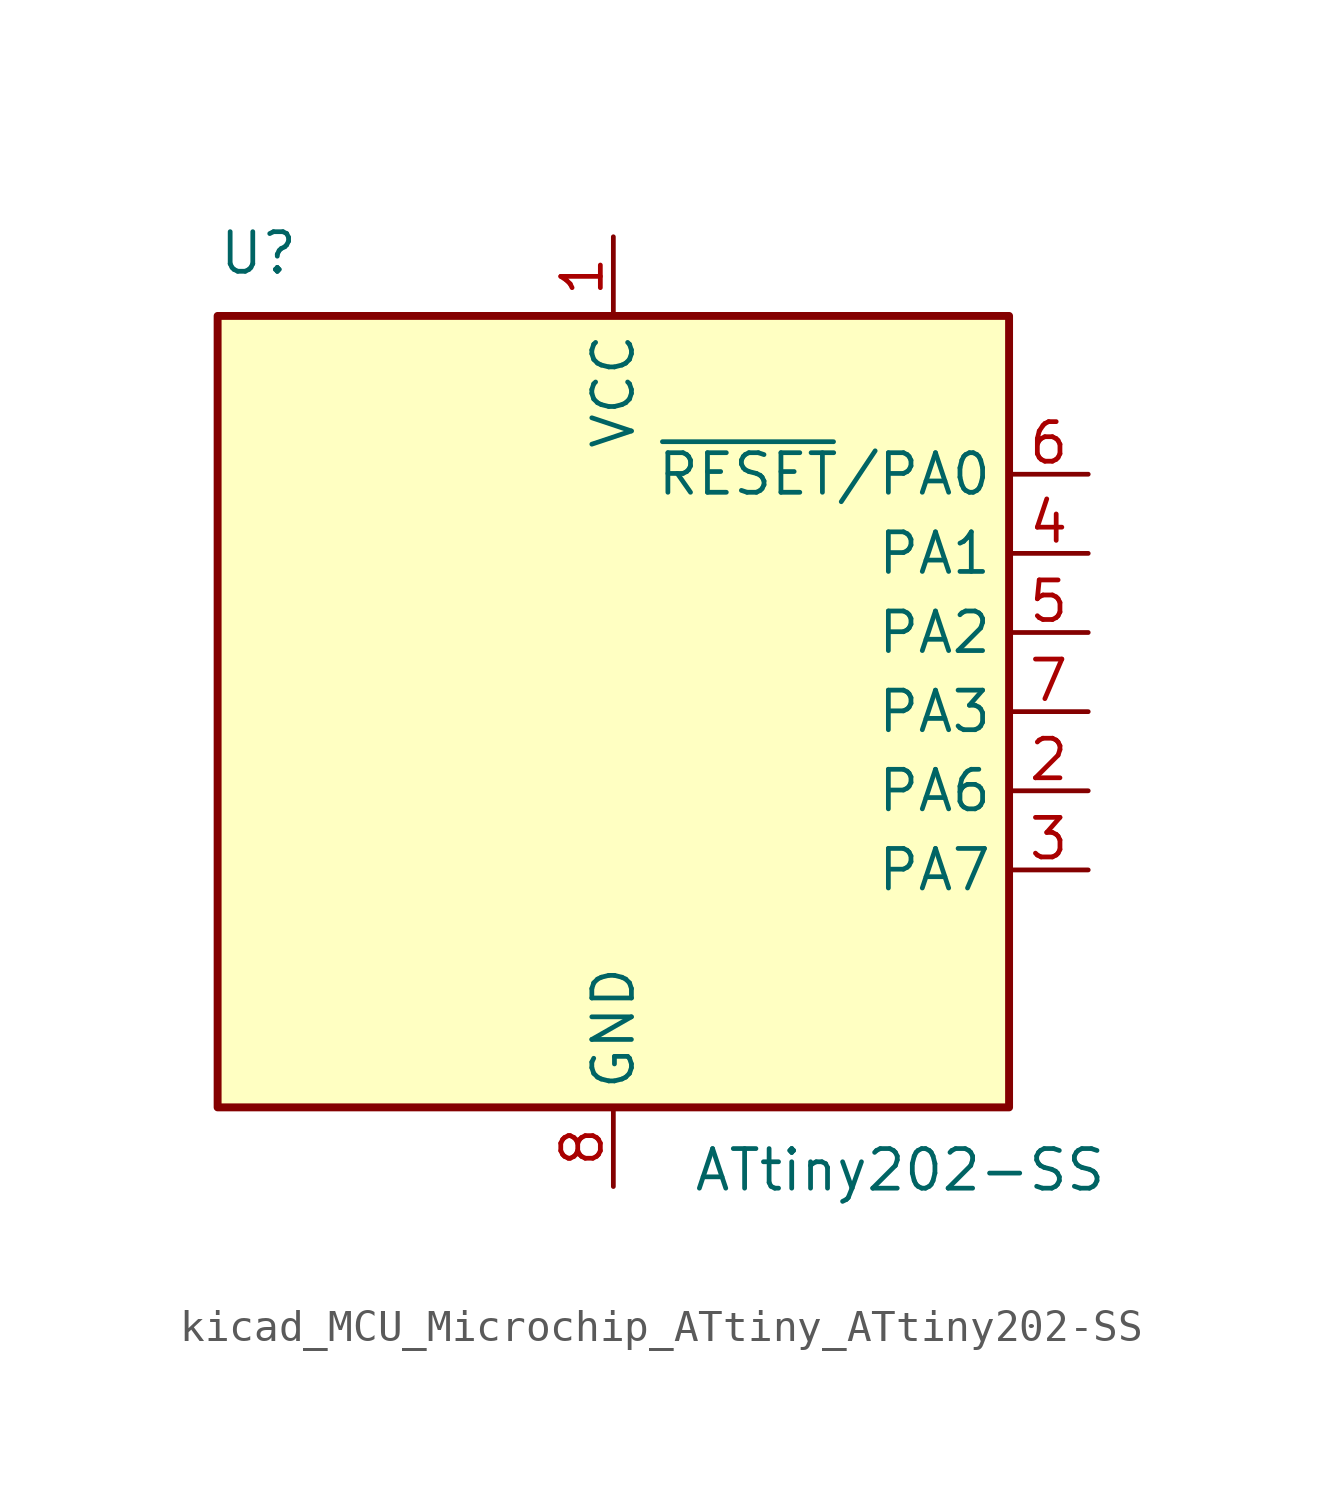
<source format=kicad_sym>
(kicad_symbol_lib
  (version 20220914)
  (generator kicad_symbol_editor)
  (symbol "kicad_MCU_Microchip_ATtiny_ATtiny202-SS"
    (property "Reference" "U"
      (at -12.7 13.97 0)
      (effects (font (size 1.27 1.27)) (justify left bottom)))
    (property "Value" "ATtiny202-SS"
      (at 2.54 -13.97 0)
      (effects (font (size 1.27 1.27)) (justify left top)))
    (symbol "kicad_MCU_Microchip_ATtiny_ATtiny202-SS_0_1"
      (rectangle (start -12.7 -12.7) (end 12.7 12.7) (stroke (width 0.254) (type default)) (fill (type background))))
    (symbol "kicad_MCU_Microchip_ATtiny_ATtiny202-SS_1_1"
      (pin power_in line (at 0 15.24 270) (length 2.54) (name "VCC" (effects (font (size 1.27 1.27)))) (number "1" (effects (font (size 1.27 1.27)))))
      (pin bidirectional line (at 15.24 -2.54 180) (length 2.54) (name "PA6" (effects (font (size 1.27 1.27)))) (number "2" (effects (font (size 1.27 1.27)))))
      (pin bidirectional line (at 15.24 -5.08 180) (length 2.54) (name "PA7" (effects (font (size 1.27 1.27)))) (number "3" (effects (font (size 1.27 1.27)))))
      (pin bidirectional line (at 15.24 5.08 180) (length 2.54) (name "PA1" (effects (font (size 1.27 1.27)))) (number "4" (effects (font (size 1.27 1.27)))))
      (pin bidirectional line (at 15.24 2.54 180) (length 2.54) (name "PA2" (effects (font (size 1.27 1.27)))) (number "5" (effects (font (size 1.27 1.27)))))
      (pin bidirectional line (at 15.24 7.62 180) (length 2.54) (name "~{RESET}/PA0" (effects (font (size 1.27 1.27)))) (number "6" (effects (font (size 1.27 1.27)))))
      (pin bidirectional line (at 15.24 0 180) (length 2.54) (name "PA3" (effects (font (size 1.27 1.27)))) (number "7" (effects (font (size 1.27 1.27)))))
      (pin power_in line (at 0 -15.24 90) (length 2.54) (name "GND" (effects (font (size 1.27 1.27)))) (number "8" (effects (font (size 1.27 1.27))))))))
</source>
